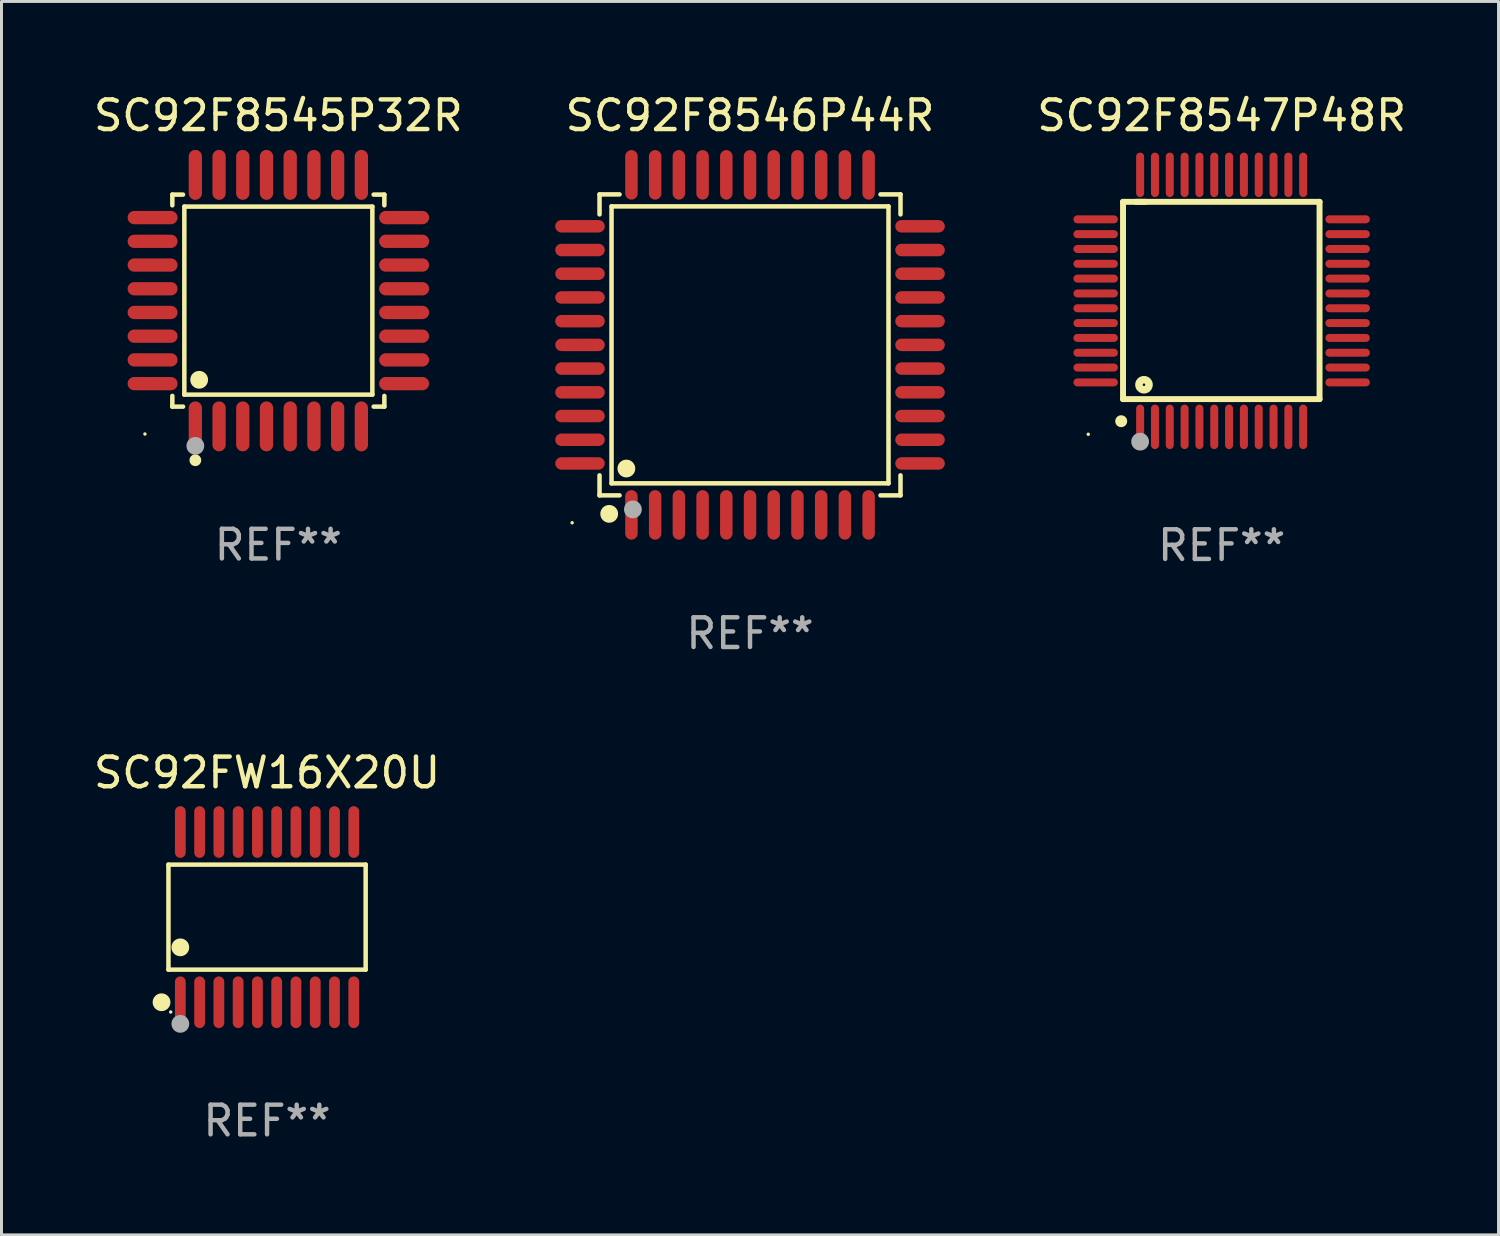
<source format=kicad_pcb>
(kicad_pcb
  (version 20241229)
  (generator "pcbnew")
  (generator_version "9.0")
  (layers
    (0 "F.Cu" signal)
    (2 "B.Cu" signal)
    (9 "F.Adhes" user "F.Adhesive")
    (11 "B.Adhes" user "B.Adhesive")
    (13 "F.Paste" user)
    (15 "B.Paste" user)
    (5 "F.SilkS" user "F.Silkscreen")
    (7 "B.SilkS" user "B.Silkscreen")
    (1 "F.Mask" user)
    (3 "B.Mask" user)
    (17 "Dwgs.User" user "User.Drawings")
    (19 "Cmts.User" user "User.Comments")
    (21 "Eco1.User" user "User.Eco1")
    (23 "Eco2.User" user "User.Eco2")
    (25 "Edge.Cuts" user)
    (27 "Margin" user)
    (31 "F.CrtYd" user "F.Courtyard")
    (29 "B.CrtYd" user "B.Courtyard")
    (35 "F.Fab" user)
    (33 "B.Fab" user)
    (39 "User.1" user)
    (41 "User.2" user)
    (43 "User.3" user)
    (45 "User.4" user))
  (footprint "SC92F8545P32R"
    (layer "F.Cu")
    (at 6.339 7.09)
    (property "Reference" "SC92F8545P32R" (at 0 -6.242 0) (layer "F.SilkS") (effects (font (size 1 1) (thickness 0.15))))
    (attr through_hole)
    (fp_line (start -3.576 -3.576) (end -3.215 -3.576) (stroke (width 0.152) (type solid)) (layer "F.SilkS"))
    (fp_line (start -3.576 -3.215) (end -3.576 -3.576) (stroke (width 0.152) (type solid)) (layer "F.SilkS"))
    (fp_line (start -3.576 3.215) (end -3.576 3.576) (stroke (width 0.152) (type solid)) (layer "F.SilkS"))
    (fp_line (start -3.576 3.576) (end -3.215 3.576) (stroke (width 0.152) (type solid)) (layer "F.SilkS"))
    (fp_line (start -3.171 -3.171) (end 3.171 -3.171) (stroke (width 0.152) (type solid)) (layer "F.SilkS"))
    (fp_line (start -3.171 3.171) (end -3.171 -3.171) (stroke (width 0.152) (type solid)) (layer "F.SilkS"))
    (fp_line (start 3.171 -3.171) (end 3.171 3.171) (stroke (width 0.152) (type solid)) (layer "F.SilkS"))
    (fp_line (start 3.171 3.171) (end -3.171 3.171) (stroke (width 0.152) (type solid)) (layer "F.SilkS"))
    (fp_line (start 3.576 -3.576) (end 3.215 -3.576) (stroke (width 0.152) (type solid)) (layer "F.SilkS"))
    (fp_line (start 3.576 -3.215) (end 3.576 -3.576) (stroke (width 0.152) (type solid)) (layer "F.SilkS"))
    (fp_line (start 3.576 3.215) (end 3.576 3.576) (stroke (width 0.152) (type solid)) (layer "F.SilkS"))
    (fp_line (start 3.576 3.576) (end 3.215 3.576) (stroke (width 0.152) (type solid)) (layer "F.SilkS"))
    (fp_circle (center -4.5 4.5) (end -4.47 4.5) (stroke (width 0.06) (type solid)) (fill no) (layer "F.SilkS"))
    (fp_circle (center -2.8 5.384) (end -2.7 5.384) (stroke (width 0.2) (type solid)) (fill no) (layer "F.SilkS"))
    (fp_circle (center -2.671 2.671) (end -2.521 2.671) (stroke (width 0.3) (type solid)) (fill no) (layer "F.SilkS"))
    (fp_circle (center -2.8 4.9) (end -2.65 4.9) (stroke (width 0.3) (type solid)) (fill no) (layer "F.Fab"))
    (fp_text user "REF**" (at 0 8.242 0) (layer "F.Fab") (effects (font (size 1 1) (thickness 0.15))))
    (pad "1" smd oval (at -2.8 4.242) (size 0.448 1.684) (layers "F.Cu" "F.Mask" "F.Paste"))
    (pad "2" smd oval (at -2 4.242) (size 0.448 1.684) (layers "F.Cu" "F.Mask" "F.Paste"))
    (pad "3" smd oval (at -1.2 4.242) (size 0.448 1.684) (layers "F.Cu" "F.Mask" "F.Paste"))
    (pad "4" smd oval (at -0.4 4.242) (size 0.448 1.684) (layers "F.Cu" "F.Mask" "F.Paste"))
    (pad "5" smd oval (at 0.4 4.242) (size 0.448 1.684) (layers "F.Cu" "F.Mask" "F.Paste"))
    (pad "6" smd oval (at 1.2 4.242) (size 0.448 1.684) (layers "F.Cu" "F.Mask" "F.Paste"))
    (pad "7" smd oval (at 2 4.242) (size 0.448 1.684) (layers "F.Cu" "F.Mask" "F.Paste"))
    (pad "8" smd oval (at 2.8 4.242) (size 0.448 1.684) (layers "F.Cu" "F.Mask" "F.Paste"))
    (pad "9" smd oval (at 4.242 2.8) (size 1.684 0.448) (layers "F.Cu" "F.Mask" "F.Paste"))
    (pad "10" smd oval (at 4.242 2) (size 1.684 0.448) (layers "F.Cu" "F.Mask" "F.Paste"))
    (pad "11" smd oval (at 4.242 1.2) (size 1.684 0.448) (layers "F.Cu" "F.Mask" "F.Paste"))
    (pad "12" smd oval (at 4.242 0.4) (size 1.684 0.448) (layers "F.Cu" "F.Mask" "F.Paste"))
    (pad "13" smd oval (at 4.242 -0.4) (size 1.684 0.448) (layers "F.Cu" "F.Mask" "F.Paste"))
    (pad "14" smd oval (at 4.242 -1.2) (size 1.684 0.448) (layers "F.Cu" "F.Mask" "F.Paste"))
    (pad "15" smd oval (at 4.242 -2) (size 1.684 0.448) (layers "F.Cu" "F.Mask" "F.Paste"))
    (pad "16" smd oval (at 4.242 -2.8) (size 1.684 0.448) (layers "F.Cu" "F.Mask" "F.Paste"))
    (pad "17" smd oval (at 2.8 -4.242) (size 0.448 1.684) (layers "F.Cu" "F.Mask" "F.Paste"))
    (pad "18" smd oval (at 2 -4.242) (size 0.448 1.684) (layers "F.Cu" "F.Mask" "F.Paste"))
    (pad "19" smd oval (at 1.2 -4.242) (size 0.448 1.684) (layers "F.Cu" "F.Mask" "F.Paste"))
    (pad "20" smd oval (at 0.4 -4.242) (size 0.448 1.684) (layers "F.Cu" "F.Mask" "F.Paste"))
    (pad "21" smd oval (at -0.4 -4.242) (size 0.448 1.684) (layers "F.Cu" "F.Mask" "F.Paste"))
    (pad "22" smd oval (at -1.2 -4.242) (size 0.448 1.684) (layers "F.Cu" "F.Mask" "F.Paste"))
    (pad "23" smd oval (at -2 -4.242) (size 0.448 1.684) (layers "F.Cu" "F.Mask" "F.Paste"))
    (pad "24" smd oval (at -2.8 -4.242) (size 0.448 1.684) (layers "F.Cu" "F.Mask" "F.Paste"))
    (pad "25" smd oval (at -4.242 -2.8) (size 1.684 0.448) (layers "F.Cu" "F.Mask" "F.Paste"))
    (pad "26" smd oval (at -4.242 -2) (size 1.684 0.448) (layers "F.Cu" "F.Mask" "F.Paste"))
    (pad "27" smd oval (at -4.242 -1.2) (size 1.684 0.448) (layers "F.Cu" "F.Mask" "F.Paste"))
    (pad "28" smd oval (at -4.242 -0.4) (size 1.684 0.448) (layers "F.Cu" "F.Mask" "F.Paste"))
    (pad "29" smd oval (at -4.242 0.4) (size 1.684 0.448) (layers "F.Cu" "F.Mask" "F.Paste"))
    (pad "30" smd oval (at -4.242 1.2) (size 1.684 0.448) (layers "F.Cu" "F.Mask" "F.Paste"))
    (pad "31" smd oval (at -4.242 2) (size 1.684 0.448) (layers "F.Cu" "F.Mask" "F.Paste"))
    (pad "32" smd oval (at -4.242 2.8) (size 1.684 0.448) (layers "F.Cu" "F.Mask" "F.Paste")))
  (footprint "SC92FW16X20U"
    (layer "F.Cu")
    (at 5.958 27.886)
    (property "Reference" "SC92FW16X20U" (at 0 -4.871 0) (layer "F.SilkS") (effects (font (size 1 1) (thickness 0.15))))
    (attr through_hole)
    (fp_line (start -3.326 -1.771) (end 3.326 -1.771) (stroke (width 0.152) (type solid)) (layer "F.SilkS"))
    (fp_line (start -3.326 1.771) (end -3.326 -1.771) (stroke (width 0.152) (type solid)) (layer "F.SilkS"))
    (fp_line (start 3.326 -1.771) (end 3.326 1.771) (stroke (width 0.152) (type solid)) (layer "F.SilkS"))
    (fp_line (start 3.326 1.771) (end -3.326 1.771) (stroke (width 0.152) (type solid)) (layer "F.SilkS"))
    (fp_circle (center -3.559 2.871) (end -3.409 2.871) (stroke (width 0.3) (type solid)) (fill no) (layer "F.SilkS"))
    (fp_circle (center -3.25 3.2) (end -3.22 3.2) (stroke (width 0.06) (type solid)) (fill no) (layer "F.SilkS"))
    (fp_circle (center -2.925 1.019) (end -2.775 1.019) (stroke (width 0.3) (type solid)) (fill no) (layer "F.SilkS"))
    (fp_circle (center -2.925 3.6) (end -2.775 3.6) (stroke (width 0.3) (type solid)) (fill no) (layer "F.Fab"))
    (fp_text user "REF**" (at 0 6.871 0) (layer "F.Fab") (effects (font (size 1 1) (thickness 0.15))))
    (pad "1" smd oval (at -2.925 2.871) (size 0.364 1.742) (layers "F.Cu" "F.Mask" "F.Paste"))
    (pad "2" smd oval (at -2.275 2.871) (size 0.364 1.742) (layers "F.Cu" "F.Mask" "F.Paste"))
    (pad "3" smd oval (at -1.625 2.871) (size 0.364 1.742) (layers "F.Cu" "F.Mask" "F.Paste"))
    (pad "4" smd oval (at -0.975 2.871) (size 0.364 1.742) (layers "F.Cu" "F.Mask" "F.Paste"))
    (pad "5" smd oval (at -0.325 2.871) (size 0.364 1.742) (layers "F.Cu" "F.Mask" "F.Paste"))
    (pad "6" smd oval (at 0.325 2.871) (size 0.364 1.742) (layers "F.Cu" "F.Mask" "F.Paste"))
    (pad "7" smd oval (at 0.975 2.871) (size 0.364 1.742) (layers "F.Cu" "F.Mask" "F.Paste"))
    (pad "8" smd oval (at 1.625 2.871) (size 0.364 1.742) (layers "F.Cu" "F.Mask" "F.Paste"))
    (pad "9" smd oval (at 2.275 2.871) (size 0.364 1.742) (layers "F.Cu" "F.Mask" "F.Paste"))
    (pad "10" smd oval (at 2.925 2.871) (size 0.364 1.742) (layers "F.Cu" "F.Mask" "F.Paste"))
    (pad "11" smd oval (at 2.925 -2.871) (size 0.364 1.742) (layers "F.Cu" "F.Mask" "F.Paste"))
    (pad "12" smd oval (at 2.275 -2.871) (size 0.364 1.742) (layers "F.Cu" "F.Mask" "F.Paste"))
    (pad "13" smd oval (at 1.625 -2.871) (size 0.364 1.742) (layers "F.Cu" "F.Mask" "F.Paste"))
    (pad "14" smd oval (at 0.975 -2.871) (size 0.364 1.742) (layers "F.Cu" "F.Mask" "F.Paste"))
    (pad "15" smd oval (at 0.325 -2.871) (size 0.364 1.742) (layers "F.Cu" "F.Mask" "F.Paste"))
    (pad "16" smd oval (at -0.325 -2.871) (size 0.364 1.742) (layers "F.Cu" "F.Mask" "F.Paste"))
    (pad "17" smd oval (at -0.975 -2.871) (size 0.364 1.742) (layers "F.Cu" "F.Mask" "F.Paste"))
    (pad "18" smd oval (at -1.625 -2.871) (size 0.364 1.742) (layers "F.Cu" "F.Mask" "F.Paste"))
    (pad "19" smd oval (at -2.275 -2.871) (size 0.364 1.742) (layers "F.Cu" "F.Mask" "F.Paste"))
    (pad "20" smd oval (at -2.925 -2.871) (size 0.364 1.742) (layers "F.Cu" "F.Mask" "F.Paste")))
  (footprint "SC92F8547P48R"
    (layer "F.Cu")
    (at 38.158 7.098)
    (property "Reference" "SC92F8547P48R" (at 0 -6.25 0) (layer "F.SilkS") (effects (font (size 1 1) (thickness 0.15))))
    (attr through_hole)
    (fp_line (start -3.327 -3.34) (end -2.565 -3.34) (stroke (width 0.2) (type solid)) (layer "F.SilkS"))
    (fp_line (start -3.327 3.315) (end -3.327 -3.34) (stroke (width 0.2) (type solid)) (layer "F.SilkS"))
    (fp_line (start -2.896 -3.34) (end 3.302 -3.34) (stroke (width 0.2) (type solid)) (layer "F.SilkS"))
    (fp_line (start 3.302 -3.34) (end 3.302 3.315) (stroke (width 0.2) (type solid)) (layer "F.SilkS"))
    (fp_line (start 3.302 3.315) (end -3.327 3.315) (stroke (width 0.2) (type solid)) (layer "F.SilkS"))
    (fp_arc (start -3.389992 4.059995) (mid -3.388722 4.059991) (end -3.387452 4.059995) (stroke (width 0.4) (type solid)) (layer "F.SilkS"))
    (fp_circle (center -4.5 4.5) (end -4.47 4.5) (stroke (width 0.06) (type solid)) (fill no) (layer "F.SilkS"))
    (fp_circle (center -2.62 2.83) (end -2.45 2.83) (stroke (width 0.254) (type solid)) (fill no) (layer "F.SilkS"))
    (fp_circle (center -2.75 4.75) (end -2.6 4.75) (stroke (width 0.3) (type solid)) (fill no) (layer "F.Fab"))
    (fp_text user "REF**" (at 0 8.25 0) (layer "F.Fab") (effects (font (size 1 1) (thickness 0.15))))
    (pad "1" smd oval (at -2.75 4.25) (size 0.27 1.5) (layers "F.Cu" "F.Mask" "F.Paste"))
    (pad "2" smd oval (at -2.25 4.25) (size 0.27 1.5) (layers "F.Cu" "F.Mask" "F.Paste"))
    (pad "3" smd oval (at -1.75 4.25) (size 0.27 1.5) (layers "F.Cu" "F.Mask" "F.Paste"))
    (pad "4" smd oval (at -1.25 4.25) (size 0.27 1.5) (layers "F.Cu" "F.Mask" "F.Paste"))
    (pad "5" smd oval (at -0.75 4.25) (size 0.27 1.5) (layers "F.Cu" "F.Mask" "F.Paste"))
    (pad "6" smd oval (at -0.25 4.25) (size 0.27 1.5) (layers "F.Cu" "F.Mask" "F.Paste"))
    (pad "7" smd oval (at 0.25 4.25) (size 0.27 1.5) (layers "F.Cu" "F.Mask" "F.Paste"))
    (pad "8" smd oval (at 0.75 4.25) (size 0.27 1.5) (layers "F.Cu" "F.Mask" "F.Paste"))
    (pad "9" smd oval (at 1.25 4.25) (size 0.27 1.5) (layers "F.Cu" "F.Mask" "F.Paste"))
    (pad "10" smd oval (at 1.75 4.25) (size 0.27 1.5) (layers "F.Cu" "F.Mask" "F.Paste"))
    (pad "11" smd oval (at 2.25 4.25) (size 0.27 1.5) (layers "F.Cu" "F.Mask" "F.Paste"))
    (pad "12" smd oval (at 2.75 4.25) (size 0.27 1.5) (layers "F.Cu" "F.Mask" "F.Paste"))
    (pad "13" smd oval (at 4.25 2.75) (size 1.5 0.27) (layers "F.Cu" "F.Mask" "F.Paste"))
    (pad "14" smd oval (at 4.25 2.25) (size 1.5 0.27) (layers "F.Cu" "F.Mask" "F.Paste"))
    (pad "15" smd oval (at 4.25 1.75) (size 1.5 0.27) (layers "F.Cu" "F.Mask" "F.Paste"))
    (pad "16" smd oval (at 4.25 1.25) (size 1.5 0.27) (layers "F.Cu" "F.Mask" "F.Paste"))
    (pad "17" smd oval (at 4.25 0.75) (size 1.5 0.27) (layers "F.Cu" "F.Mask" "F.Paste"))
    (pad "18" smd oval (at 4.25 0.25) (size 1.5 0.27) (layers "F.Cu" "F.Mask" "F.Paste"))
    (pad "19" smd oval (at 4.25 -0.25) (size 1.5 0.27) (layers "F.Cu" "F.Mask" "F.Paste"))
    (pad "20" smd oval (at 4.25 -0.75) (size 1.5 0.27) (layers "F.Cu" "F.Mask" "F.Paste"))
    (pad "21" smd oval (at 4.25 -1.25) (size 1.5 0.27) (layers "F.Cu" "F.Mask" "F.Paste"))
    (pad "22" smd oval (at 4.25 -1.75) (size 1.5 0.27) (layers "F.Cu" "F.Mask" "F.Paste"))
    (pad "23" smd oval (at 4.25 -2.25) (size 1.5 0.27) (layers "F.Cu" "F.Mask" "F.Paste"))
    (pad "24" smd oval (at 4.25 -2.75) (size 1.5 0.27) (layers "F.Cu" "F.Mask" "F.Paste"))
    (pad "25" smd oval (at 2.75 -4.25) (size 0.27 1.5) (layers "F.Cu" "F.Mask" "F.Paste"))
    (pad "26" smd oval (at 2.25 -4.25) (size 0.27 1.5) (layers "F.Cu" "F.Mask" "F.Paste"))
    (pad "27" smd oval (at 1.75 -4.25) (size 0.27 1.5) (layers "F.Cu" "F.Mask" "F.Paste"))
    (pad "28" smd oval (at 1.25 -4.25) (size 0.27 1.5) (layers "F.Cu" "F.Mask" "F.Paste"))
    (pad "29" smd oval (at 0.75 -4.25) (size 0.27 1.5) (layers "F.Cu" "F.Mask" "F.Paste"))
    (pad "30" smd oval (at 0.25 -4.25) (size 0.27 1.5) (layers "F.Cu" "F.Mask" "F.Paste"))
    (pad "31" smd oval (at -0.25 -4.25) (size 0.27 1.5) (layers "F.Cu" "F.Mask" "F.Paste"))
    (pad "32" smd oval (at -0.75 -4.25) (size 0.27 1.5) (layers "F.Cu" "F.Mask" "F.Paste"))
    (pad "33" smd oval (at -1.25 -4.25) (size 0.27 1.5) (layers "F.Cu" "F.Mask" "F.Paste"))
    (pad "34" smd oval (at -1.75 -4.25) (size 0.27 1.5) (layers "F.Cu" "F.Mask" "F.Paste"))
    (pad "35" smd oval (at -2.25 -4.25) (size 0.27 1.5) (layers "F.Cu" "F.Mask" "F.Paste"))
    (pad "36" smd oval (at -2.75 -4.25) (size 0.27 1.5) (layers "F.Cu" "F.Mask" "F.Paste"))
    (pad "37" smd oval (at -4.25 -2.75) (size 1.5 0.27) (layers "F.Cu" "F.Mask" "F.Paste"))
    (pad "38" smd oval (at -4.25 -2.25) (size 1.5 0.27) (layers "F.Cu" "F.Mask" "F.Paste"))
    (pad "39" smd oval (at -4.25 -1.75) (size 1.5 0.27) (layers "F.Cu" "F.Mask" "F.Paste"))
    (pad "40" smd oval (at -4.25 -1.25) (size 1.5 0.27) (layers "F.Cu" "F.Mask" "F.Paste"))
    (pad "41" smd oval (at -4.25 -0.75) (size 1.5 0.27) (layers "F.Cu" "F.Mask" "F.Paste"))
    (pad "42" smd oval (at -4.25 -0.25) (size 1.5 0.27) (layers "F.Cu" "F.Mask" "F.Paste"))
    (pad "43" smd oval (at -4.25 0.25) (size 1.5 0.27) (layers "F.Cu" "F.Mask" "F.Paste"))
    (pad "44" smd oval (at -4.25 0.75) (size 1.5 0.27) (layers "F.Cu" "F.Mask" "F.Paste"))
    (pad "45" smd oval (at -4.25 1.25) (size 1.5 0.27) (layers "F.Cu" "F.Mask" "F.Paste"))
    (pad "46" smd oval (at -4.25 1.75) (size 1.5 0.27) (layers "F.Cu" "F.Mask" "F.Paste"))
    (pad "47" smd oval (at -4.25 2.25) (size 1.5 0.27) (layers "F.Cu" "F.Mask" "F.Paste"))
    (pad "48" smd oval (at -4.25 2.75) (size 1.5 0.27) (layers "F.Cu" "F.Mask" "F.Paste")))
  (footprint "SC92F8546P44R"
    (layer "F.Cu")
    (at 22.249 8.583)
    (property "Reference" "SC92F8546P44R" (at 0 -7.735 0) (layer "F.SilkS") (effects (font (size 1 1) (thickness 0.15))))
    (attr through_hole)
    (fp_line (start -5.076 -5.076) (end -4.401 -5.076) (stroke (width 0.152) (type solid)) (layer "F.SilkS"))
    (fp_line (start -5.076 -4.401) (end -5.076 -5.076) (stroke (width 0.152) (type solid)) (layer "F.SilkS"))
    (fp_line (start -5.076 4.401) (end -5.076 5.076) (stroke (width 0.152) (type solid)) (layer "F.SilkS"))
    (fp_line (start -5.076 5.076) (end -4.401 5.076) (stroke (width 0.152) (type solid)) (layer "F.SilkS"))
    (fp_line (start -4.671 -4.671) (end 4.671 -4.671) (stroke (width 0.152) (type solid)) (layer "F.SilkS"))
    (fp_line (start -4.671 4.671) (end -4.671 -4.671) (stroke (width 0.152) (type solid)) (layer "F.SilkS"))
    (fp_line (start 4.671 -4.671) (end 4.671 4.671) (stroke (width 0.152) (type solid)) (layer "F.SilkS"))
    (fp_line (start 4.671 4.671) (end -4.671 4.671) (stroke (width 0.152) (type solid)) (layer "F.SilkS"))
    (fp_line (start 5.076 -5.076) (end 4.401 -5.076) (stroke (width 0.152) (type solid)) (layer "F.SilkS"))
    (fp_line (start 5.076 -4.401) (end 5.076 -5.076) (stroke (width 0.152) (type solid)) (layer "F.SilkS"))
    (fp_line (start 5.076 4.401) (end 5.076 5.076) (stroke (width 0.152) (type solid)) (layer "F.SilkS"))
    (fp_line (start 5.076 5.076) (end 4.401 5.076) (stroke (width 0.152) (type solid)) (layer "F.SilkS"))
    (fp_circle (center -6 6) (end -5.97 6) (stroke (width 0.06) (type solid)) (fill no) (layer "F.SilkS"))
    (fp_circle (center -4.75 5.7) (end -4.6 5.7) (stroke (width 0.3) (type solid)) (fill no) (layer "F.SilkS"))
    (fp_circle (center -4.171 4.171) (end -4.021 4.171) (stroke (width 0.3) (type solid)) (fill no) (layer "F.SilkS"))
    (fp_circle (center -3.95 5.55) (end -3.8 5.55) (stroke (width 0.3) (type solid)) (fill no) (layer "F.Fab"))
    (fp_text user "REF**" (at 0 9.735 0) (layer "F.Fab") (effects (font (size 1 1) (thickness 0.15))))
    (pad "1" smd oval (at -4 5.735) (size 0.42 1.67) (layers "F.Cu" "F.Mask" "F.Paste"))
    (pad "2" smd oval (at -3.2 5.735) (size 0.42 1.67) (layers "F.Cu" "F.Mask" "F.Paste"))
    (pad "3" smd oval (at -2.4 5.735) (size 0.42 1.67) (layers "F.Cu" "F.Mask" "F.Paste"))
    (pad "4" smd oval (at -1.6 5.735) (size 0.42 1.67) (layers "F.Cu" "F.Mask" "F.Paste"))
    (pad "5" smd oval (at -0.8 5.735) (size 0.42 1.67) (layers "F.Cu" "F.Mask" "F.Paste"))
    (pad "6" smd oval (at 0 5.735) (size 0.42 1.67) (layers "F.Cu" "F.Mask" "F.Paste"))
    (pad "7" smd oval (at 0.8 5.735) (size 0.42 1.67) (layers "F.Cu" "F.Mask" "F.Paste"))
    (pad "8" smd oval (at 1.6 5.735) (size 0.42 1.67) (layers "F.Cu" "F.Mask" "F.Paste"))
    (pad "9" smd oval (at 2.4 5.735) (size 0.42 1.67) (layers "F.Cu" "F.Mask" "F.Paste"))
    (pad "10" smd oval (at 3.2 5.735) (size 0.42 1.67) (layers "F.Cu" "F.Mask" "F.Paste"))
    (pad "11" smd oval (at 4 5.735) (size 0.42 1.67) (layers "F.Cu" "F.Mask" "F.Paste"))
    (pad "12" smd oval (at 5.735 4) (size 1.67 0.42) (layers "F.Cu" "F.Mask" "F.Paste"))
    (pad "13" smd oval (at 5.735 3.2) (size 1.67 0.42) (layers "F.Cu" "F.Mask" "F.Paste"))
    (pad "14" smd oval (at 5.735 2.4) (size 1.67 0.42) (layers "F.Cu" "F.Mask" "F.Paste"))
    (pad "15" smd oval (at 5.735 1.6) (size 1.67 0.42) (layers "F.Cu" "F.Mask" "F.Paste"))
    (pad "16" smd oval (at 5.735 0.8) (size 1.67 0.42) (layers "F.Cu" "F.Mask" "F.Paste"))
    (pad "17" smd oval (at 5.735 0) (size 1.67 0.42) (layers "F.Cu" "F.Mask" "F.Paste"))
    (pad "18" smd oval (at 5.735 -0.8) (size 1.67 0.42) (layers "F.Cu" "F.Mask" "F.Paste"))
    (pad "19" smd oval (at 5.735 -1.6) (size 1.67 0.42) (layers "F.Cu" "F.Mask" "F.Paste"))
    (pad "20" smd oval (at 5.735 -2.4) (size 1.67 0.42) (layers "F.Cu" "F.Mask" "F.Paste"))
    (pad "21" smd oval (at 5.735 -3.2) (size 1.67 0.42) (layers "F.Cu" "F.Mask" "F.Paste"))
    (pad "22" smd oval (at 5.735 -4) (size 1.67 0.42) (layers "F.Cu" "F.Mask" "F.Paste"))
    (pad "23" smd oval (at 4 -5.735) (size 0.42 1.67) (layers "F.Cu" "F.Mask" "F.Paste"))
    (pad "24" smd oval (at 3.2 -5.735) (size 0.42 1.67) (layers "F.Cu" "F.Mask" "F.Paste"))
    (pad "25" smd oval (at 2.4 -5.735) (size 0.42 1.67) (layers "F.Cu" "F.Mask" "F.Paste"))
    (pad "26" smd oval (at 1.6 -5.735) (size 0.42 1.67) (layers "F.Cu" "F.Mask" "F.Paste"))
    (pad "27" smd oval (at 0.8 -5.735) (size 0.42 1.67) (layers "F.Cu" "F.Mask" "F.Paste"))
    (pad "28" smd oval (at 0 -5.735) (size 0.42 1.67) (layers "F.Cu" "F.Mask" "F.Paste"))
    (pad "29" smd oval (at -0.8 -5.735) (size 0.42 1.67) (layers "F.Cu" "F.Mask" "F.Paste"))
    (pad "30" smd oval (at -1.6 -5.735) (size 0.42 1.67) (layers "F.Cu" "F.Mask" "F.Paste"))
    (pad "31" smd oval (at -2.4 -5.735) (size 0.42 1.67) (layers "F.Cu" "F.Mask" "F.Paste"))
    (pad "32" smd oval (at -3.2 -5.735) (size 0.42 1.67) (layers "F.Cu" "F.Mask" "F.Paste"))
    (pad "33" smd oval (at -4 -5.735) (size 0.42 1.67) (layers "F.Cu" "F.Mask" "F.Paste"))
    (pad "34" smd oval (at -5.735 -4) (size 1.67 0.42) (layers "F.Cu" "F.Mask" "F.Paste"))
    (pad "35" smd oval (at -5.735 -3.2) (size 1.67 0.42) (layers "F.Cu" "F.Mask" "F.Paste"))
    (pad "36" smd oval (at -5.735 -2.4) (size 1.67 0.42) (layers "F.Cu" "F.Mask" "F.Paste"))
    (pad "37" smd oval (at -5.735 -1.6) (size 1.67 0.42) (layers "F.Cu" "F.Mask" "F.Paste"))
    (pad "38" smd oval (at -5.735 -0.8) (size 1.67 0.42) (layers "F.Cu" "F.Mask" "F.Paste"))
    (pad "39" smd oval (at -5.735 0) (size 1.67 0.42) (layers "F.Cu" "F.Mask" "F.Paste"))
    (pad "40" smd oval (at -5.735 0.8) (size 1.67 0.42) (layers "F.Cu" "F.Mask" "F.Paste"))
    (pad "41" smd oval (at -5.735 1.6) (size 1.67 0.42) (layers "F.Cu" "F.Mask" "F.Paste"))
    (pad "42" smd oval (at -5.735 2.4) (size 1.67 0.42) (layers "F.Cu" "F.Mask" "F.Paste"))
    (pad "43" smd oval (at -5.735 3.2) (size 1.67 0.42) (layers "F.Cu" "F.Mask" "F.Paste"))
    (pad "44" smd oval (at -5.735 4) (size 1.67 0.42) (layers "F.Cu" "F.Mask" "F.Paste")))
  (gr_rect
    (start -3 -3)
    (end 47.497 38.605)
    (stroke (width 0.1) (type default))
    (fill no)
    (layer "Edge.Cuts")))
</source>
